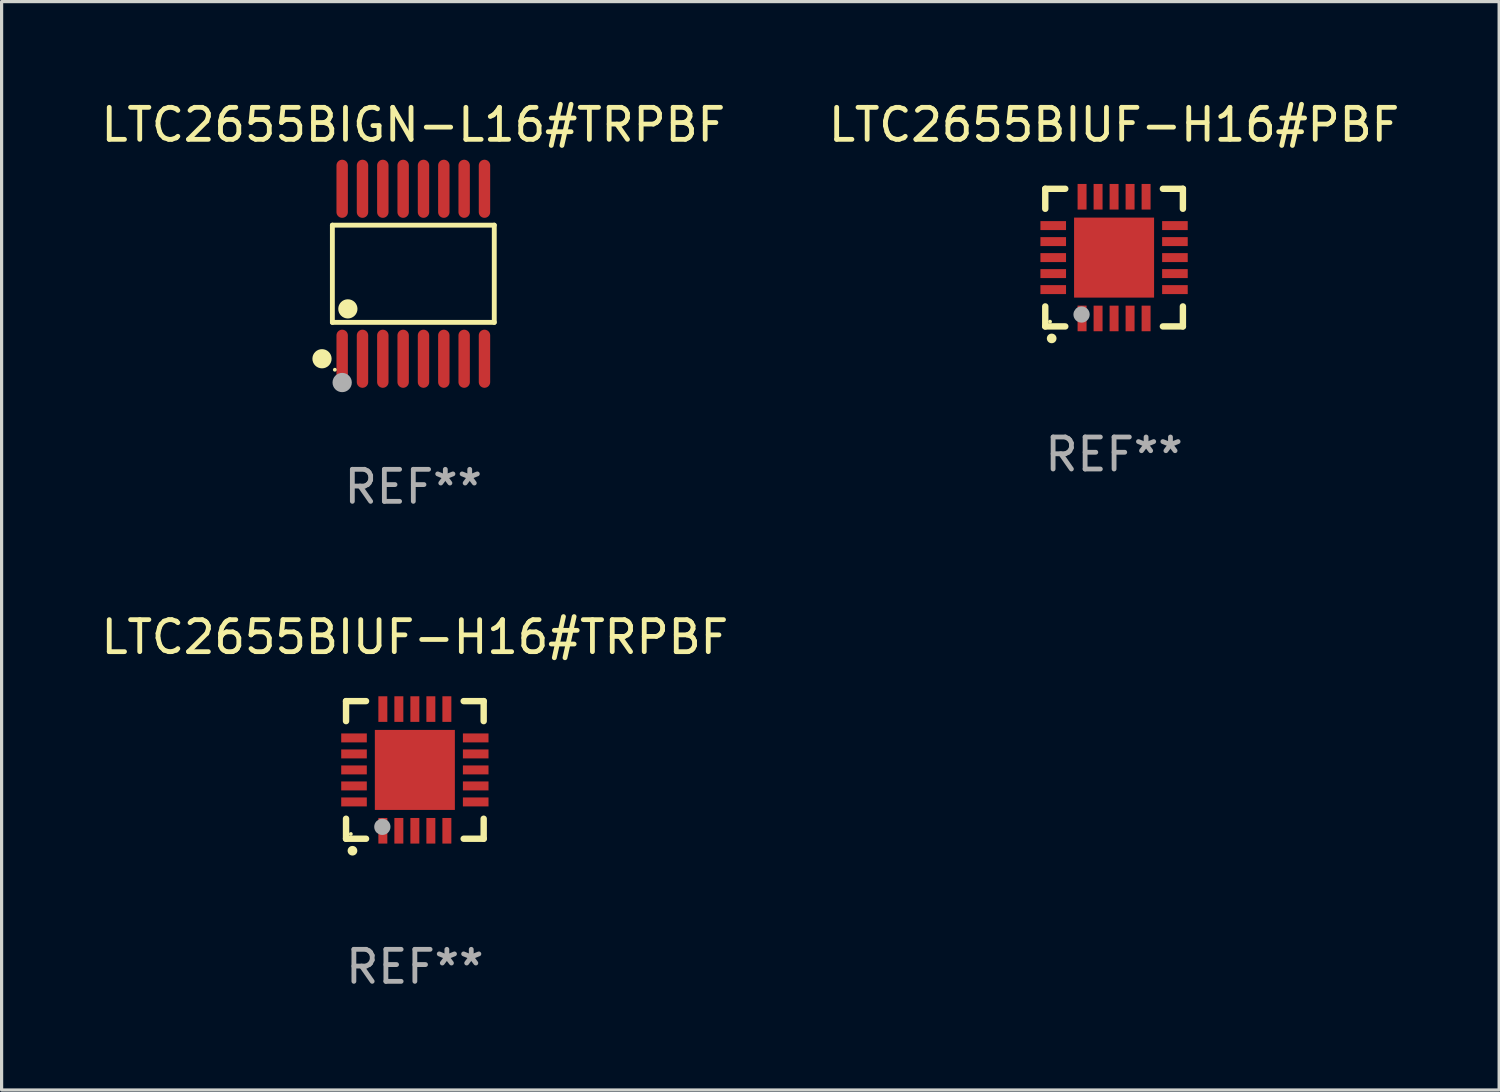
<source format=kicad_pcb>
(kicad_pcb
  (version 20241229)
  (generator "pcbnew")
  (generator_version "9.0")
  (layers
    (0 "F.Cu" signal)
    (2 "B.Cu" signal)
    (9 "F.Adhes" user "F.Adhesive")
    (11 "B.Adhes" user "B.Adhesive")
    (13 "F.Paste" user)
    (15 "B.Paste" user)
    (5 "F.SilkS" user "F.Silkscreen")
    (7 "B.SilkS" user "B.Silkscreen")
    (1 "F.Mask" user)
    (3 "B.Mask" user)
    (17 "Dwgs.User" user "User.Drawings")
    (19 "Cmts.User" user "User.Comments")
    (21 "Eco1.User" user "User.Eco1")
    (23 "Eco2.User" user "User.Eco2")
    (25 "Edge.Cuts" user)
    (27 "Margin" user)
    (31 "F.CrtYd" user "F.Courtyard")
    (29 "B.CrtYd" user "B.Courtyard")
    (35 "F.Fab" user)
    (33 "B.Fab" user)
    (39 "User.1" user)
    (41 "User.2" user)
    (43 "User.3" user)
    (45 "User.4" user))
  (footprint "LTC2655BIUF-H16#PBF"
    (layer "F.Cu")
    (at 31.756 4.998)
    (property "Reference" "LTC2655BIUF-H16#PBF" (at 0 -4.15 0) (layer "F.SilkS") (effects (font (size 1 1) (thickness 0.15))))
    (attr through_hole)
    (fp_line (start -2.15 -2.15) (end -2.15 -1.525) (stroke (width 0.2) (type solid)) (layer "F.SilkS"))
    (fp_line (start -2.15 2.15) (end -2.15 1.525) (stroke (width 0.2) (type solid)) (layer "F.SilkS"))
    (fp_line (start -1.525 -2.15) (end -2.15 -2.15) (stroke (width 0.2) (type solid)) (layer "F.SilkS"))
    (fp_line (start -1.525 2.15) (end -2.15 2.15) (stroke (width 0.2) (type solid)) (layer "F.SilkS"))
    (fp_line (start 1.525 2.15) (end 2.15 2.15) (stroke (width 0.2) (type solid)) (layer "F.SilkS"))
    (fp_line (start 2.15 -2.15) (end 1.525 -2.15) (stroke (width 0.2) (type solid)) (layer "F.SilkS"))
    (fp_line (start 2.15 -1.525) (end 2.15 -2.15) (stroke (width 0.2) (type solid)) (layer "F.SilkS"))
    (fp_line (start 2.15 2.15) (end 2.15 1.525) (stroke (width 0.2) (type solid)) (layer "F.SilkS"))
    (fp_arc (start -1.950724 2.524765) (mid -1.949454 2.52476) (end -1.948184 2.524765) (stroke (width 0.3) (type solid)) (layer "F.SilkS"))
    (fp_circle (center -2.001 2.001) (end -1.971 2.001) (stroke (width 0.06) (type solid)) (fill no) (layer "F.SilkS"))
    (fp_circle (center -1.016 1.778) (end -0.889 1.778) (stroke (width 0.254) (type solid)) (fill no) (layer "F.Fab"))
    (fp_text user "REF**" (at 0 6.15 0) (layer "F.Fab") (effects (font (size 1 1) (thickness 0.15))))
    (pad "1" smd rect (at -1 1.901) (size 0.28 0.8) (layers "F.Cu" "F.Mask" "F.Paste"))
    (pad "2" smd rect (at -0.5 1.901) (size 0.28 0.8) (layers "F.Cu" "F.Mask" "F.Paste"))
    (pad "3" smd rect (at 0 1.901) (size 0.28 0.8) (layers "F.Cu" "F.Mask" "F.Paste"))
    (pad "4" smd rect (at 0.5 1.901) (size 0.28 0.8) (layers "F.Cu" "F.Mask" "F.Paste"))
    (pad "5" smd rect (at 1 1.901) (size 0.28 0.8) (layers "F.Cu" "F.Mask" "F.Paste"))
    (pad "6" smd rect (at 1.901 1) (size 0.8 0.28) (layers "F.Cu" "F.Mask" "F.Paste"))
    (pad "7" smd rect (at 1.901 0.5) (size 0.8 0.28) (layers "F.Cu" "F.Mask" "F.Paste"))
    (pad "8" smd rect (at 1.901 0) (size 0.8 0.28) (layers "F.Cu" "F.Mask" "F.Paste"))
    (pad "9" smd rect (at 1.901 -0.5) (size 0.8 0.28) (layers "F.Cu" "F.Mask" "F.Paste"))
    (pad "10" smd rect (at 1.901 -1) (size 0.8 0.28) (layers "F.Cu" "F.Mask" "F.Paste"))
    (pad "11" smd rect (at 1 -1.901) (size 0.28 0.8) (layers "F.Cu" "F.Mask" "F.Paste"))
    (pad "12" smd rect (at 0.5 -1.901) (size 0.28 0.8) (layers "F.Cu" "F.Mask" "F.Paste"))
    (pad "13" smd rect (at 0 -1.901) (size 0.28 0.8) (layers "F.Cu" "F.Mask" "F.Paste"))
    (pad "14" smd rect (at -0.5 -1.901) (size 0.28 0.8) (layers "F.Cu" "F.Mask" "F.Paste"))
    (pad "15" smd rect (at -1 -1.901) (size 0.28 0.8) (layers "F.Cu" "F.Mask" "F.Paste"))
    (pad "16" smd rect (at -1.901 -1) (size 0.8 0.28) (layers "F.Cu" "F.Mask" "F.Paste"))
    (pad "17" smd rect (at -1.901 -0.5) (size 0.8 0.28) (layers "F.Cu" "F.Mask" "F.Paste"))
    (pad "18" smd rect (at -1.901 0) (size 0.8 0.28) (layers "F.Cu" "F.Mask" "F.Paste"))
    (pad "19" smd rect (at -1.901 0.5) (size 0.8 0.28) (layers "F.Cu" "F.Mask" "F.Paste"))
    (pad "20" smd rect (at -1.901 1) (size 0.8 0.28) (layers "F.Cu" "F.Mask" "F.Paste"))
    (pad "21" smd rect (at 0 0) (size 2.5 2.5) (layers "F.Cu" "F.Mask" "F.Paste")))
  (footprint "LTC2655BIUF-H16#TRPBF"
    (layer "F.Cu")
    (at 9.911 21.004)
    (property "Reference" "LTC2655BIUF-H16#TRPBF" (at 0 -4.15 0) (layer "F.SilkS") (effects (font (size 1 1) (thickness 0.15))))
    (attr through_hole)
    (fp_line (start -2.15 -2.15) (end -2.15 -1.525) (stroke (width 0.2) (type solid)) (layer "F.SilkS"))
    (fp_line (start -2.15 2.15) (end -2.15 1.525) (stroke (width 0.2) (type solid)) (layer "F.SilkS"))
    (fp_line (start -1.525 -2.15) (end -2.15 -2.15) (stroke (width 0.2) (type solid)) (layer "F.SilkS"))
    (fp_line (start -1.525 2.15) (end -2.15 2.15) (stroke (width 0.2) (type solid)) (layer "F.SilkS"))
    (fp_line (start 1.525 2.15) (end 2.15 2.15) (stroke (width 0.2) (type solid)) (layer "F.SilkS"))
    (fp_line (start 2.15 -2.15) (end 1.525 -2.15) (stroke (width 0.2) (type solid)) (layer "F.SilkS"))
    (fp_line (start 2.15 -1.525) (end 2.15 -2.15) (stroke (width 0.2) (type solid)) (layer "F.SilkS"))
    (fp_line (start 2.15 2.15) (end 2.15 1.525) (stroke (width 0.2) (type solid)) (layer "F.SilkS"))
    (fp_arc (start -1.950724 2.524765) (mid -1.949454 2.52476) (end -1.948184 2.524765) (stroke (width 0.3) (type solid)) (layer "F.SilkS"))
    (fp_circle (center -2.001 2.001) (end -1.971 2.001) (stroke (width 0.06) (type solid)) (fill no) (layer "F.SilkS"))
    (fp_circle (center -1.016 1.778) (end -0.889 1.778) (stroke (width 0.254) (type solid)) (fill no) (layer "F.Fab"))
    (fp_text user "REF**" (at 0 6.15 0) (layer "F.Fab") (effects (font (size 1 1) (thickness 0.15))))
    (pad "1" smd rect (at -1 1.901) (size 0.28 0.8) (layers "F.Cu" "F.Mask" "F.Paste"))
    (pad "2" smd rect (at -0.5 1.901) (size 0.28 0.8) (layers "F.Cu" "F.Mask" "F.Paste"))
    (pad "3" smd rect (at 0 1.901) (size 0.28 0.8) (layers "F.Cu" "F.Mask" "F.Paste"))
    (pad "4" smd rect (at 0.5 1.901) (size 0.28 0.8) (layers "F.Cu" "F.Mask" "F.Paste"))
    (pad "5" smd rect (at 1 1.901) (size 0.28 0.8) (layers "F.Cu" "F.Mask" "F.Paste"))
    (pad "6" smd rect (at 1.901 1) (size 0.8 0.28) (layers "F.Cu" "F.Mask" "F.Paste"))
    (pad "7" smd rect (at 1.901 0.5) (size 0.8 0.28) (layers "F.Cu" "F.Mask" "F.Paste"))
    (pad "8" smd rect (at 1.901 0) (size 0.8 0.28) (layers "F.Cu" "F.Mask" "F.Paste"))
    (pad "9" smd rect (at 1.901 -0.5) (size 0.8 0.28) (layers "F.Cu" "F.Mask" "F.Paste"))
    (pad "10" smd rect (at 1.901 -1) (size 0.8 0.28) (layers "F.Cu" "F.Mask" "F.Paste"))
    (pad "11" smd rect (at 1 -1.901) (size 0.28 0.8) (layers "F.Cu" "F.Mask" "F.Paste"))
    (pad "12" smd rect (at 0.5 -1.901) (size 0.28 0.8) (layers "F.Cu" "F.Mask" "F.Paste"))
    (pad "13" smd rect (at 0 -1.901) (size 0.28 0.8) (layers "F.Cu" "F.Mask" "F.Paste"))
    (pad "14" smd rect (at -0.5 -1.901) (size 0.28 0.8) (layers "F.Cu" "F.Mask" "F.Paste"))
    (pad "15" smd rect (at -1 -1.901) (size 0.28 0.8) (layers "F.Cu" "F.Mask" "F.Paste"))
    (pad "16" smd rect (at -1.901 -1) (size 0.8 0.28) (layers "F.Cu" "F.Mask" "F.Paste"))
    (pad "17" smd rect (at -1.901 -0.5) (size 0.8 0.28) (layers "F.Cu" "F.Mask" "F.Paste"))
    (pad "18" smd rect (at -1.901 0) (size 0.8 0.28) (layers "F.Cu" "F.Mask" "F.Paste"))
    (pad "19" smd rect (at -1.901 0.5) (size 0.8 0.28) (layers "F.Cu" "F.Mask" "F.Paste"))
    (pad "20" smd rect (at -1.901 1) (size 0.8 0.28) (layers "F.Cu" "F.Mask" "F.Paste"))
    (pad "21" smd rect (at 0 0) (size 2.5 2.5) (layers "F.Cu" "F.Mask" "F.Paste")))
  (footprint "LTC2655BIGN-L16#TRPBF"
    (layer "F.Cu")
    (at 9.863 5.503)
    (property "Reference" "LTC2655BIGN-L16#TRPBF" (at 0 -4.655 0) (layer "F.SilkS") (effects (font (size 1 1) (thickness 0.15))))
    (attr through_hole)
    (fp_line (start -2.529 -1.519) (end 2.529 -1.519) (stroke (width 0.152) (type solid)) (layer "F.SilkS"))
    (fp_line (start -2.529 1.519) (end -2.529 -1.519) (stroke (width 0.152) (type solid)) (layer "F.SilkS"))
    (fp_line (start 2.529 -1.519) (end 2.529 1.519) (stroke (width 0.152) (type solid)) (layer "F.SilkS"))
    (fp_line (start 2.529 1.519) (end -2.529 1.519) (stroke (width 0.152) (type solid)) (layer "F.SilkS"))
    (fp_circle (center -2.853 2.655) (end -2.703 2.655) (stroke (width 0.3) (type solid)) (fill no) (layer "F.SilkS"))
    (fp_circle (center -2.453 2.998) (end -2.423 2.998) (stroke (width 0.06) (type solid)) (fill no) (layer "F.SilkS"))
    (fp_circle (center -2.045 1.097) (end -1.895 1.097) (stroke (width 0.3) (type solid)) (fill no) (layer "F.SilkS"))
    (fp_circle (center -2.223 3.398) (end -2.072 3.398) (stroke (width 0.3) (type solid)) (fill no) (layer "F.Fab"))
    (fp_text user "REF**" (at 0 6.655 0) (layer "F.Fab") (effects (font (size 1 1) (thickness 0.15))))
    (pad "1" smd oval (at -2.223 2.655) (size 0.356 1.815) (layers "F.Cu" "F.Mask" "F.Paste"))
    (pad "2" smd oval (at -1.588 2.655) (size 0.356 1.815) (layers "F.Cu" "F.Mask" "F.Paste"))
    (pad "3" smd oval (at -0.953 2.655) (size 0.356 1.815) (layers "F.Cu" "F.Mask" "F.Paste"))
    (pad "4" smd oval (at -0.318 2.655) (size 0.356 1.815) (layers "F.Cu" "F.Mask" "F.Paste"))
    (pad "5" smd oval (at 0.318 2.655) (size 0.356 1.815) (layers "F.Cu" "F.Mask" "F.Paste"))
    (pad "6" smd oval (at 0.953 2.655) (size 0.356 1.815) (layers "F.Cu" "F.Mask" "F.Paste"))
    (pad "7" smd oval (at 1.588 2.655) (size 0.356 1.815) (layers "F.Cu" "F.Mask" "F.Paste"))
    (pad "8" smd oval (at 2.223 2.655) (size 0.356 1.815) (layers "F.Cu" "F.Mask" "F.Paste"))
    (pad "9" smd oval (at 2.223 -2.655) (size 0.356 1.815) (layers "F.Cu" "F.Mask" "F.Paste"))
    (pad "10" smd oval (at 1.588 -2.655) (size 0.356 1.815) (layers "F.Cu" "F.Mask" "F.Paste"))
    (pad "11" smd oval (at 0.953 -2.655) (size 0.356 1.815) (layers "F.Cu" "F.Mask" "F.Paste"))
    (pad "12" smd oval (at 0.318 -2.655) (size 0.356 1.815) (layers "F.Cu" "F.Mask" "F.Paste"))
    (pad "13" smd oval (at -0.318 -2.655) (size 0.356 1.815) (layers "F.Cu" "F.Mask" "F.Paste"))
    (pad "14" smd oval (at -0.953 -2.655) (size 0.356 1.815) (layers "F.Cu" "F.Mask" "F.Paste"))
    (pad "15" smd oval (at -1.588 -2.655) (size 0.356 1.815) (layers "F.Cu" "F.Mask" "F.Paste"))
    (pad "16" smd oval (at -2.223 -2.655) (size 0.356 1.815) (layers "F.Cu" "F.Mask" "F.Paste")))
  (gr_rect
    (start -3 -3)
    (end 43.786 31.003)
    (stroke (width 0.1) (type default))
    (fill no)
    (layer "Edge.Cuts")))
</source>
